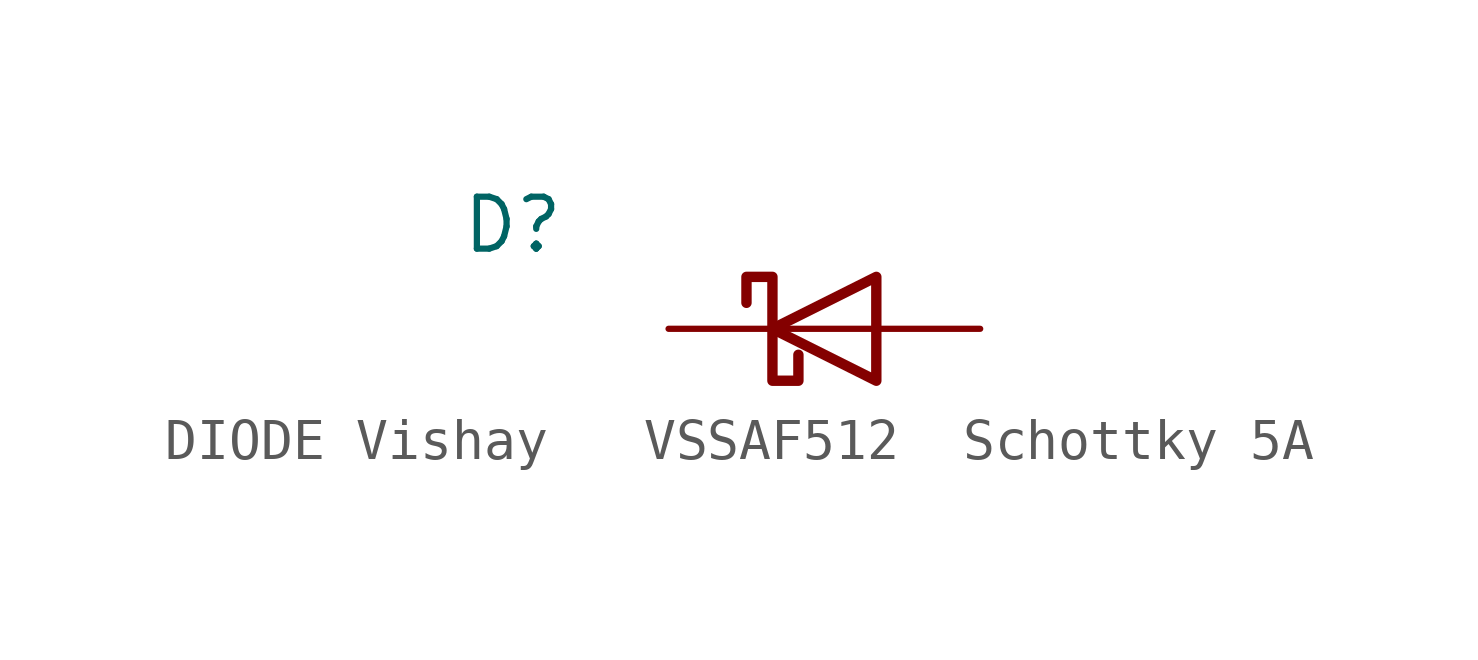
<source format=kicad_sym>
(kicad_symbol_lib
  (version 20241209)
  (generator "kicad_symbol_editor")
  (generator_version "9.0")
  (symbol "DIODE Vishay   VSSAF512  Schottky 5A"
    (pin_numbers
      (hide yes))
    (pin_names
      (offset 1.016)
      (hide yes))
    (property "Reference" "D"
      (at -7.62 2.54 0)
      (effects (font (size 1.27 1.27))))
    (symbol "DIODE Vishay   VSSAF512  Schottky 5A_0_1"
      (polyline (pts (xy -1.905 0.635) (xy -1.905 1.27) (xy -1.27 1.27) (xy -1.27 -1.27) (xy -0.635 -1.27) (xy -0.635 -0.635)) (stroke (width 0.254) (type default)) (fill (type none)))
      (polyline (pts (xy 1.27 1.27) (xy 1.27 -1.27) (xy -1.27 0) (xy 1.27 1.27)) (stroke (width 0.254) (type default)) (fill (type none)))
      (polyline (pts (xy 1.27 0) (xy -1.27 0)) (stroke (width 0) (type default)) (fill (type none))))
    (symbol "DIODE Vishay   VSSAF512  Schottky 5A_1_1"
      (pin passive line (at -3.81 0 0) (length 2.54) (name "K" (effects (font (size 1.27 1.27)))) (number "1" (effects (font (size 1.27 1.27)))))
      (pin passive line (at 3.81 0 180) (length 2.54) (name "A" (effects (font (size 1.27 1.27)))) (number "2" (effects (font (size 1.27 1.27))))))))
</source>
